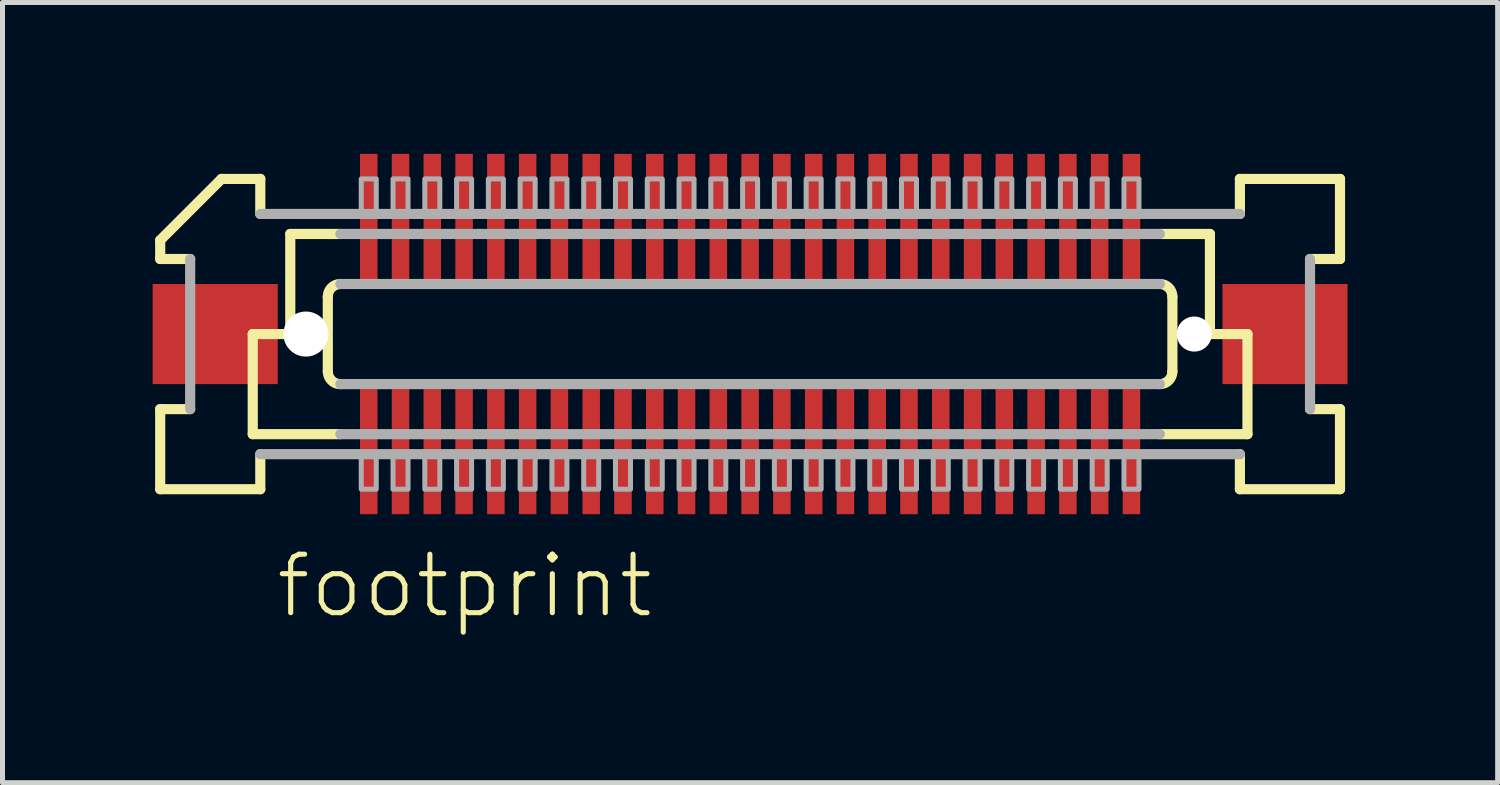
<source format=kicad_pcb>
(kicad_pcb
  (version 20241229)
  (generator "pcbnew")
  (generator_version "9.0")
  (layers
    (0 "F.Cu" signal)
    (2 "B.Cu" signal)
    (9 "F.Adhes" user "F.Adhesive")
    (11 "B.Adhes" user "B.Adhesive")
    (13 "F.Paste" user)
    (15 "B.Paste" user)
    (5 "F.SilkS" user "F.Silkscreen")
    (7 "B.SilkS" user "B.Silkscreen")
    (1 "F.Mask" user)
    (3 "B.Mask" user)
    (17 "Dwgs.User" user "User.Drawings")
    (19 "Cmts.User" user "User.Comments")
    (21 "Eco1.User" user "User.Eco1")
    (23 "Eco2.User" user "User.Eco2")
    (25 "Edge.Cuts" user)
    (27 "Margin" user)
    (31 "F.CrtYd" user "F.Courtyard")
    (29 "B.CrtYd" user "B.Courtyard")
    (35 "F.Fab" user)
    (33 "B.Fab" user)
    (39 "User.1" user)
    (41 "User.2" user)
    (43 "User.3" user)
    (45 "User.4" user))
  (footprint "footprint"
    (layer "F.Cu")
    (at 11.938 3.625)
    (property "Reference" "footprint" (at -9.525 5.715 0) (layer "F.SilkS") (effects (font (size 1.168 1.168) (thickness 0.102)) (justify left bottom)))
    (fp_poly (pts (xy -7.82 -1.075) (xy -7.42 -1.075) (xy -7.42 -3.625) (xy -7.82 -3.625)) (stroke (width 0) (type solid)) (fill yes) (layer "F.Mask"))
    (fp_poly (pts (xy -7.42 1.075) (xy -7.82 1.075) (xy -7.82 3.625) (xy -7.42 3.625)) (stroke (width 0) (type solid)) (fill yes) (layer "F.Mask"))
    (fp_poly (pts (xy -7.185 -1.075) (xy -6.785 -1.075) (xy -6.785 -3.625) (xy -7.185 -3.625)) (stroke (width 0) (type solid)) (fill yes) (layer "F.Mask"))
    (fp_poly (pts (xy -6.785 1.075) (xy -7.185 1.075) (xy -7.185 3.625) (xy -6.785 3.625)) (stroke (width 0) (type solid)) (fill yes) (layer "F.Mask"))
    (fp_poly (pts (xy -6.55 -1.075) (xy -6.15 -1.075) (xy -6.15 -3.625) (xy -6.55 -3.625)) (stroke (width 0) (type solid)) (fill yes) (layer "F.Mask"))
    (fp_poly (pts (xy -6.15 1.075) (xy -6.55 1.075) (xy -6.55 3.625) (xy -6.15 3.625)) (stroke (width 0) (type solid)) (fill yes) (layer "F.Mask"))
    (fp_poly (pts (xy -5.915 -1.075) (xy -5.515 -1.075) (xy -5.515 -3.625) (xy -5.915 -3.625)) (stroke (width 0) (type solid)) (fill yes) (layer "F.Mask"))
    (fp_poly (pts (xy -5.515 1.075) (xy -5.915 1.075) (xy -5.915 3.625) (xy -5.515 3.625)) (stroke (width 0) (type solid)) (fill yes) (layer "F.Mask"))
    (fp_poly (pts (xy -5.28 -1.075) (xy -4.88 -1.075) (xy -4.88 -3.625) (xy -5.28 -3.625)) (stroke (width 0) (type solid)) (fill yes) (layer "F.Mask"))
    (fp_poly (pts (xy -4.88 1.075) (xy -5.28 1.075) (xy -5.28 3.625) (xy -4.88 3.625)) (stroke (width 0) (type solid)) (fill yes) (layer "F.Mask"))
    (fp_poly (pts (xy -4.645 -1.075) (xy -4.245 -1.075) (xy -4.245 -3.625) (xy -4.645 -3.625)) (stroke (width 0) (type solid)) (fill yes) (layer "F.Mask"))
    (fp_poly (pts (xy -4.245 1.075) (xy -4.645 1.075) (xy -4.645 3.625) (xy -4.245 3.625)) (stroke (width 0) (type solid)) (fill yes) (layer "F.Mask"))
    (fp_poly (pts (xy -4.01 -1.075) (xy -3.61 -1.075) (xy -3.61 -3.625) (xy -4.01 -3.625)) (stroke (width 0) (type solid)) (fill yes) (layer "F.Mask"))
    (fp_poly (pts (xy -3.61 1.075) (xy -4.01 1.075) (xy -4.01 3.625) (xy -3.61 3.625)) (stroke (width 0) (type solid)) (fill yes) (layer "F.Mask"))
    (fp_poly (pts (xy -3.375 -1.075) (xy -2.975 -1.075) (xy -2.975 -3.625) (xy -3.375 -3.625)) (stroke (width 0) (type solid)) (fill yes) (layer "F.Mask"))
    (fp_poly (pts (xy -2.975 1.075) (xy -3.375 1.075) (xy -3.375 3.625) (xy -2.975 3.625)) (stroke (width 0) (type solid)) (fill yes) (layer "F.Mask"))
    (fp_poly (pts (xy -2.74 -1.075) (xy -2.34 -1.075) (xy -2.34 -3.625) (xy -2.74 -3.625)) (stroke (width 0) (type solid)) (fill yes) (layer "F.Mask"))
    (fp_poly (pts (xy -2.34 1.075) (xy -2.74 1.075) (xy -2.74 3.625) (xy -2.34 3.625)) (stroke (width 0) (type solid)) (fill yes) (layer "F.Mask"))
    (fp_poly (pts (xy -2.105 -1.075) (xy -1.705 -1.075) (xy -1.705 -3.625) (xy -2.105 -3.625)) (stroke (width 0) (type solid)) (fill yes) (layer "F.Mask"))
    (fp_poly (pts (xy -1.705 1.075) (xy -2.105 1.075) (xy -2.105 3.625) (xy -1.705 3.625)) (stroke (width 0) (type solid)) (fill yes) (layer "F.Mask"))
    (fp_poly (pts (xy -1.47 -1.075) (xy -1.07 -1.075) (xy -1.07 -3.625) (xy -1.47 -3.625)) (stroke (width 0) (type solid)) (fill yes) (layer "F.Mask"))
    (fp_poly (pts (xy -1.07 1.075) (xy -1.47 1.075) (xy -1.47 3.625) (xy -1.07 3.625)) (stroke (width 0) (type solid)) (fill yes) (layer "F.Mask"))
    (fp_poly (pts (xy -0.835 -1.075) (xy -0.435 -1.075) (xy -0.435 -3.625) (xy -0.835 -3.625)) (stroke (width 0) (type solid)) (fill yes) (layer "F.Mask"))
    (fp_poly (pts (xy -0.435 1.075) (xy -0.835 1.075) (xy -0.835 3.625) (xy -0.435 3.625)) (stroke (width 0) (type solid)) (fill yes) (layer "F.Mask"))
    (fp_poly (pts (xy -0.2 -1.075) (xy 0.2 -1.075) (xy 0.2 -3.625) (xy -0.2 -3.625)) (stroke (width 0) (type solid)) (fill yes) (layer "F.Mask"))
    (fp_poly (pts (xy 0.2 1.075) (xy -0.2 1.075) (xy -0.2 3.625) (xy 0.2 3.625)) (stroke (width 0) (type solid)) (fill yes) (layer "F.Mask"))
    (fp_poly (pts (xy 0.435 -1.075) (xy 0.835 -1.075) (xy 0.835 -3.625) (xy 0.435 -3.625)) (stroke (width 0) (type solid)) (fill yes) (layer "F.Mask"))
    (fp_poly (pts (xy 0.835 1.075) (xy 0.435 1.075) (xy 0.435 3.625) (xy 0.835 3.625)) (stroke (width 0) (type solid)) (fill yes) (layer "F.Mask"))
    (fp_poly (pts (xy 1.07 -1.075) (xy 1.47 -1.075) (xy 1.47 -3.625) (xy 1.07 -3.625)) (stroke (width 0) (type solid)) (fill yes) (layer "F.Mask"))
    (fp_poly (pts (xy 1.47 1.075) (xy 1.07 1.075) (xy 1.07 3.625) (xy 1.47 3.625)) (stroke (width 0) (type solid)) (fill yes) (layer "F.Mask"))
    (fp_poly (pts (xy 1.705 -1.075) (xy 2.105 -1.075) (xy 2.105 -3.625) (xy 1.705 -3.625)) (stroke (width 0) (type solid)) (fill yes) (layer "F.Mask"))
    (fp_poly (pts (xy 2.105 1.075) (xy 1.705 1.075) (xy 1.705 3.625) (xy 2.105 3.625)) (stroke (width 0) (type solid)) (fill yes) (layer "F.Mask"))
    (fp_poly (pts (xy 2.34 -1.075) (xy 2.74 -1.075) (xy 2.74 -3.625) (xy 2.34 -3.625)) (stroke (width 0) (type solid)) (fill yes) (layer "F.Mask"))
    (fp_poly (pts (xy 2.74 1.075) (xy 2.34 1.075) (xy 2.34 3.625) (xy 2.74 3.625)) (stroke (width 0) (type solid)) (fill yes) (layer "F.Mask"))
    (fp_poly (pts (xy 2.975 -1.075) (xy 3.375 -1.075) (xy 3.375 -3.625) (xy 2.975 -3.625)) (stroke (width 0) (type solid)) (fill yes) (layer "F.Mask"))
    (fp_poly (pts (xy 3.375 1.075) (xy 2.975 1.075) (xy 2.975 3.625) (xy 3.375 3.625)) (stroke (width 0) (type solid)) (fill yes) (layer "F.Mask"))
    (fp_poly (pts (xy 3.61 -1.075) (xy 4.01 -1.075) (xy 4.01 -3.625) (xy 3.61 -3.625)) (stroke (width 0) (type solid)) (fill yes) (layer "F.Mask"))
    (fp_poly (pts (xy 4.01 1.075) (xy 3.61 1.075) (xy 3.61 3.625) (xy 4.01 3.625)) (stroke (width 0) (type solid)) (fill yes) (layer "F.Mask"))
    (fp_poly (pts (xy 4.245 -1.075) (xy 4.645 -1.075) (xy 4.645 -3.625) (xy 4.245 -3.625)) (stroke (width 0) (type solid)) (fill yes) (layer "F.Mask"))
    (fp_poly (pts (xy 4.645 1.075) (xy 4.245 1.075) (xy 4.245 3.625) (xy 4.645 3.625)) (stroke (width 0) (type solid)) (fill yes) (layer "F.Mask"))
    (fp_poly (pts (xy 4.88 -1.075) (xy 5.28 -1.075) (xy 5.28 -3.625) (xy 4.88 -3.625)) (stroke (width 0) (type solid)) (fill yes) (layer "F.Mask"))
    (fp_poly (pts (xy 5.28 1.075) (xy 4.88 1.075) (xy 4.88 3.625) (xy 5.28 3.625)) (stroke (width 0) (type solid)) (fill yes) (layer "F.Mask"))
    (fp_poly (pts (xy 5.515 -1.075) (xy 5.915 -1.075) (xy 5.915 -3.625) (xy 5.515 -3.625)) (stroke (width 0) (type solid)) (fill yes) (layer "F.Mask"))
    (fp_poly (pts (xy 5.915 1.075) (xy 5.515 1.075) (xy 5.515 3.625) (xy 5.915 3.625)) (stroke (width 0) (type solid)) (fill yes) (layer "F.Mask"))
    (fp_poly (pts (xy 6.15 -1.075) (xy 6.55 -1.075) (xy 6.55 -3.625) (xy 6.15 -3.625)) (stroke (width 0) (type solid)) (fill yes) (layer "F.Mask"))
    (fp_poly (pts (xy 6.55 1.075) (xy 6.15 1.075) (xy 6.15 3.625) (xy 6.55 3.625)) (stroke (width 0) (type solid)) (fill yes) (layer "F.Mask"))
    (fp_poly (pts (xy 6.785 -1.075) (xy 7.185 -1.075) (xy 7.185 -3.625) (xy 6.785 -3.625)) (stroke (width 0) (type solid)) (fill yes) (layer "F.Mask"))
    (fp_poly (pts (xy 7.185 1.075) (xy 6.785 1.075) (xy 6.785 3.625) (xy 7.185 3.625)) (stroke (width 0) (type solid)) (fill yes) (layer "F.Mask"))
    (fp_poly (pts (xy 7.42 -1.075) (xy 7.82 -1.075) (xy 7.82 -3.625) (xy 7.42 -3.625)) (stroke (width 0) (type solid)) (fill yes) (layer "F.Mask"))
    (fp_poly (pts (xy 7.82 1.075) (xy 7.42 1.075) (xy 7.42 3.625) (xy 7.82 3.625)) (stroke (width 0) (type solid)) (fill yes) (layer "F.Mask"))
    (fp_line (start -11.787 -1.5) (end -11.787 -1.875) (stroke (width 0.203) (type solid)) (layer "F.SilkS"))
    (fp_line (start -11.787 1.5) (end -11.188 1.5) (stroke (width 0.203) (type solid)) (layer "F.SilkS"))
    (fp_line (start -11.787 3.1) (end -11.787 1.5) (stroke (width 0.203) (type solid)) (layer "F.SilkS"))
    (fp_line (start -11.188 -1.5) (end -11.787 -1.5) (stroke (width 0.203) (type solid)) (layer "F.SilkS"))
    (fp_line (start -10.562 -3.1) (end -11.787 -1.875) (stroke (width 0.203) (type solid)) (layer "F.SilkS"))
    (fp_line (start -10.562 -3.1) (end -9.787 -3.1) (stroke (width 0.203) (type solid)) (layer "F.SilkS"))
    (fp_line (start -9.938 0) (end -9.938 2) (stroke (width 0.203) (type solid)) (layer "F.SilkS"))
    (fp_line (start -9.938 2) (end -8.188 2) (stroke (width 0.203) (type solid)) (layer "F.SilkS"))
    (fp_line (start -9.787 -3.1) (end -9.787 -2.4) (stroke (width 0.203) (type solid)) (layer "F.SilkS"))
    (fp_line (start -9.787 2.4) (end -9.787 3.1) (stroke (width 0.203) (type solid)) (layer "F.SilkS"))
    (fp_line (start -9.787 3.1) (end -11.787 3.1) (stroke (width 0.203) (type solid)) (layer "F.SilkS"))
    (fp_line (start -9.188 -2) (end -9.188 0) (stroke (width 0.203) (type solid)) (layer "F.SilkS"))
    (fp_line (start -9.188 0) (end -9.938 0) (stroke (width 0.203) (type solid)) (layer "F.SilkS"))
    (fp_line (start -8.438 0.75) (end -8.438 -0.75) (stroke (width 0.203) (type solid)) (layer "F.SilkS"))
    (fp_line (start -8.188 -2) (end -9.188 -2) (stroke (width 0.203) (type solid)) (layer "F.SilkS"))
    (fp_line (start 8.188 2) (end 9.938 2) (stroke (width 0.203) (type solid)) (layer "F.SilkS"))
    (fp_line (start 8.438 -0.75) (end 8.438 0.75) (stroke (width 0.203) (type solid)) (layer "F.SilkS"))
    (fp_line (start 9.188 -2) (end 8.188 -2) (stroke (width 0.203) (type solid)) (layer "F.SilkS"))
    (fp_line (start 9.188 -2) (end 9.188 0) (stroke (width 0.203) (type solid)) (layer "F.SilkS"))
    (fp_line (start 9.787 -3.1) (end 11.787 -3.1) (stroke (width 0.203) (type solid)) (layer "F.SilkS"))
    (fp_line (start 9.787 -2.4) (end 9.787 -3.1) (stroke (width 0.203) (type solid)) (layer "F.SilkS"))
    (fp_line (start 9.787 3.1) (end 9.787 2.4) (stroke (width 0.203) (type solid)) (layer "F.SilkS"))
    (fp_line (start 9.938 0) (end 9.188 0) (stroke (width 0.203) (type solid)) (layer "F.SilkS"))
    (fp_line (start 9.938 0) (end 9.938 2) (stroke (width 0.203) (type solid)) (layer "F.SilkS"))
    (fp_line (start 11.188 1.5) (end 11.787 1.5) (stroke (width 0.203) (type solid)) (layer "F.SilkS"))
    (fp_line (start 11.787 -3.1) (end 11.787 -1.5) (stroke (width 0.203) (type solid)) (layer "F.SilkS"))
    (fp_line (start 11.787 -1.5) (end 11.188 -1.5) (stroke (width 0.203) (type solid)) (layer "F.SilkS"))
    (fp_line (start 11.787 1.5) (end 11.787 3.1) (stroke (width 0.203) (type solid)) (layer "F.SilkS"))
    (fp_line (start 11.787 3.1) (end 9.787 3.1) (stroke (width 0.203) (type solid)) (layer "F.SilkS"))
    (fp_arc (start -8.4375 -0.75) (mid -8.364277 -0.926777) (end -8.1875 -1) (stroke (width 0.2032) (type solid)) (layer "F.SilkS"))
    (fp_arc (start -8.1875 1) (mid -8.364277 0.926777) (end -8.4375 0.75) (stroke (width 0.2032) (type solid)) (layer "F.SilkS"))
    (fp_arc (start 8.1875 -1) (mid 8.364277 -0.926777) (end 8.4375 -0.75) (stroke (width 0.2032) (type solid)) (layer "F.SilkS"))
    (fp_arc (start 8.4375 0.75) (mid 8.364277 0.926777) (end 8.1875 1) (stroke (width 0.2032) (type solid)) (layer "F.SilkS"))
    (fp_line (start -11.188 1.5) (end -11.188 -1.5) (stroke (width 0.203) (type solid)) (layer "F.Fab"))
    (fp_line (start -9.787 -2.4) (end 9.787 -2.4) (stroke (width 0.203) (type solid)) (layer "F.Fab"))
    (fp_line (start -8.188 -1) (end 8.188 -1) (stroke (width 0.203) (type solid)) (layer "F.Fab"))
    (fp_line (start -8.188 2) (end 8.188 2) (stroke (width 0.203) (type solid)) (layer "F.Fab"))
    (fp_line (start 8.188 -2) (end -8.188 -2) (stroke (width 0.203) (type solid)) (layer "F.Fab"))
    (fp_line (start 8.188 1) (end -8.188 1) (stroke (width 0.203) (type solid)) (layer "F.Fab"))
    (fp_line (start 9.787 2.4) (end -9.787 2.4) (stroke (width 0.203) (type solid)) (layer "F.Fab"))
    (fp_line (start 11.188 -1.5) (end 11.188 1.5) (stroke (width 0.203) (type solid)) (layer "F.Fab"))
    (fp_poly (pts (xy -7.77 3.1) (xy -7.47 3.1) (xy -7.47 2.375) (xy -7.77 2.375)) (stroke (width 0.1) (type solid)) (fill no) (layer "F.Fab"))
    (fp_poly (pts (xy -7.47 -3.1) (xy -7.77 -3.1) (xy -7.77 -2.375) (xy -7.47 -2.375)) (stroke (width 0.1) (type solid)) (fill no) (layer "F.Fab"))
    (fp_poly (pts (xy -7.135 3.1) (xy -6.835 3.1) (xy -6.835 2.375) (xy -7.135 2.375)) (stroke (width 0.1) (type solid)) (fill no) (layer "F.Fab"))
    (fp_poly (pts (xy -6.835 -3.1) (xy -7.135 -3.1) (xy -7.135 -2.375) (xy -6.835 -2.375)) (stroke (width 0.1) (type solid)) (fill no) (layer "F.Fab"))
    (fp_poly (pts (xy -6.5 3.1) (xy -6.2 3.1) (xy -6.2 2.375) (xy -6.5 2.375)) (stroke (width 0.1) (type solid)) (fill no) (layer "F.Fab"))
    (fp_poly (pts (xy -6.2 -3.1) (xy -6.5 -3.1) (xy -6.5 -2.375) (xy -6.2 -2.375)) (stroke (width 0.1) (type solid)) (fill no) (layer "F.Fab"))
    (fp_poly (pts (xy -5.865 3.1) (xy -5.565 3.1) (xy -5.565 2.375) (xy -5.865 2.375)) (stroke (width 0.1) (type solid)) (fill no) (layer "F.Fab"))
    (fp_poly (pts (xy -5.565 -3.1) (xy -5.865 -3.1) (xy -5.865 -2.375) (xy -5.565 -2.375)) (stroke (width 0.1) (type solid)) (fill no) (layer "F.Fab"))
    (fp_poly (pts (xy -5.23 3.1) (xy -4.93 3.1) (xy -4.93 2.375) (xy -5.23 2.375)) (stroke (width 0.1) (type solid)) (fill no) (layer "F.Fab"))
    (fp_poly (pts (xy -4.93 -3.1) (xy -5.23 -3.1) (xy -5.23 -2.375) (xy -4.93 -2.375)) (stroke (width 0.1) (type solid)) (fill no) (layer "F.Fab"))
    (fp_poly (pts (xy -4.595 3.1) (xy -4.295 3.1) (xy -4.295 2.375) (xy -4.595 2.375)) (stroke (width 0.1) (type solid)) (fill no) (layer "F.Fab"))
    (fp_poly (pts (xy -4.295 -3.1) (xy -4.595 -3.1) (xy -4.595 -2.375) (xy -4.295 -2.375)) (stroke (width 0.1) (type solid)) (fill no) (layer "F.Fab"))
    (fp_poly (pts (xy -3.96 3.1) (xy -3.66 3.1) (xy -3.66 2.375) (xy -3.96 2.375)) (stroke (width 0.1) (type solid)) (fill no) (layer "F.Fab"))
    (fp_poly (pts (xy -3.66 -3.1) (xy -3.96 -3.1) (xy -3.96 -2.375) (xy -3.66 -2.375)) (stroke (width 0.1) (type solid)) (fill no) (layer "F.Fab"))
    (fp_poly (pts (xy -3.325 3.1) (xy -3.025 3.1) (xy -3.025 2.375) (xy -3.325 2.375)) (stroke (width 0.1) (type solid)) (fill no) (layer "F.Fab"))
    (fp_poly (pts (xy -3.025 -3.1) (xy -3.325 -3.1) (xy -3.325 -2.375) (xy -3.025 -2.375)) (stroke (width 0.1) (type solid)) (fill no) (layer "F.Fab"))
    (fp_poly (pts (xy -2.69 3.1) (xy -2.39 3.1) (xy -2.39 2.375) (xy -2.69 2.375)) (stroke (width 0.1) (type solid)) (fill no) (layer "F.Fab"))
    (fp_poly (pts (xy -2.39 -3.1) (xy -2.69 -3.1) (xy -2.69 -2.375) (xy -2.39 -2.375)) (stroke (width 0.1) (type solid)) (fill no) (layer "F.Fab"))
    (fp_poly (pts (xy -2.055 3.1) (xy -1.755 3.1) (xy -1.755 2.375) (xy -2.055 2.375)) (stroke (width 0.1) (type solid)) (fill no) (layer "F.Fab"))
    (fp_poly (pts (xy -1.755 -3.1) (xy -2.055 -3.1) (xy -2.055 -2.375) (xy -1.755 -2.375)) (stroke (width 0.1) (type solid)) (fill no) (layer "F.Fab"))
    (fp_poly (pts (xy -1.42 3.1) (xy -1.12 3.1) (xy -1.12 2.375) (xy -1.42 2.375)) (stroke (width 0.1) (type solid)) (fill no) (layer "F.Fab"))
    (fp_poly (pts (xy -1.12 -3.1) (xy -1.42 -3.1) (xy -1.42 -2.375) (xy -1.12 -2.375)) (stroke (width 0.1) (type solid)) (fill no) (layer "F.Fab"))
    (fp_poly (pts (xy -0.785 3.1) (xy -0.485 3.1) (xy -0.485 2.375) (xy -0.785 2.375)) (stroke (width 0.1) (type solid)) (fill no) (layer "F.Fab"))
    (fp_poly (pts (xy -0.485 -3.1) (xy -0.785 -3.1) (xy -0.785 -2.375) (xy -0.485 -2.375)) (stroke (width 0.1) (type solid)) (fill no) (layer "F.Fab"))
    (fp_poly (pts (xy -0.15 3.1) (xy 0.15 3.1) (xy 0.15 2.375) (xy -0.15 2.375)) (stroke (width 0.1) (type solid)) (fill no) (layer "F.Fab"))
    (fp_poly (pts (xy 0.15 -3.1) (xy -0.15 -3.1) (xy -0.15 -2.375) (xy 0.15 -2.375)) (stroke (width 0.1) (type solid)) (fill no) (layer "F.Fab"))
    (fp_poly (pts (xy 0.485 3.1) (xy 0.785 3.1) (xy 0.785 2.375) (xy 0.485 2.375)) (stroke (width 0.1) (type solid)) (fill no) (layer "F.Fab"))
    (fp_poly (pts (xy 0.785 -3.1) (xy 0.485 -3.1) (xy 0.485 -2.375) (xy 0.785 -2.375)) (stroke (width 0.1) (type solid)) (fill no) (layer "F.Fab"))
    (fp_poly (pts (xy 1.12 3.1) (xy 1.42 3.1) (xy 1.42 2.375) (xy 1.12 2.375)) (stroke (width 0.1) (type solid)) (fill no) (layer "F.Fab"))
    (fp_poly (pts (xy 1.42 -3.1) (xy 1.12 -3.1) (xy 1.12 -2.375) (xy 1.42 -2.375)) (stroke (width 0.1) (type solid)) (fill no) (layer "F.Fab"))
    (fp_poly (pts (xy 1.755 3.1) (xy 2.055 3.1) (xy 2.055 2.375) (xy 1.755 2.375)) (stroke (width 0.1) (type solid)) (fill no) (layer "F.Fab"))
    (fp_poly (pts (xy 2.055 -3.1) (xy 1.755 -3.1) (xy 1.755 -2.375) (xy 2.055 -2.375)) (stroke (width 0.1) (type solid)) (fill no) (layer "F.Fab"))
    (fp_poly (pts (xy 2.39 3.1) (xy 2.69 3.1) (xy 2.69 2.375) (xy 2.39 2.375)) (stroke (width 0.1) (type solid)) (fill no) (layer "F.Fab"))
    (fp_poly (pts (xy 2.69 -3.1) (xy 2.39 -3.1) (xy 2.39 -2.375) (xy 2.69 -2.375)) (stroke (width 0.1) (type solid)) (fill no) (layer "F.Fab"))
    (fp_poly (pts (xy 3.025 3.1) (xy 3.325 3.1) (xy 3.325 2.375) (xy 3.025 2.375)) (stroke (width 0.1) (type solid)) (fill no) (layer "F.Fab"))
    (fp_poly (pts (xy 3.325 -3.1) (xy 3.025 -3.1) (xy 3.025 -2.375) (xy 3.325 -2.375)) (stroke (width 0.1) (type solid)) (fill no) (layer "F.Fab"))
    (fp_poly (pts (xy 3.66 3.1) (xy 3.96 3.1) (xy 3.96 2.375) (xy 3.66 2.375)) (stroke (width 0.1) (type solid)) (fill no) (layer "F.Fab"))
    (fp_poly (pts (xy 3.96 -3.1) (xy 3.66 -3.1) (xy 3.66 -2.375) (xy 3.96 -2.375)) (stroke (width 0.1) (type solid)) (fill no) (layer "F.Fab"))
    (fp_poly (pts (xy 4.295 3.1) (xy 4.595 3.1) (xy 4.595 2.375) (xy 4.295 2.375)) (stroke (width 0.1) (type solid)) (fill no) (layer "F.Fab"))
    (fp_poly (pts (xy 4.595 -3.1) (xy 4.295 -3.1) (xy 4.295 -2.375) (xy 4.595 -2.375)) (stroke (width 0.1) (type solid)) (fill no) (layer "F.Fab"))
    (fp_poly (pts (xy 4.93 3.1) (xy 5.23 3.1) (xy 5.23 2.375) (xy 4.93 2.375)) (stroke (width 0.1) (type solid)) (fill no) (layer "F.Fab"))
    (fp_poly (pts (xy 5.23 -3.1) (xy 4.93 -3.1) (xy 4.93 -2.375) (xy 5.23 -2.375)) (stroke (width 0.1) (type solid)) (fill no) (layer "F.Fab"))
    (fp_poly (pts (xy 5.565 3.1) (xy 5.865 3.1) (xy 5.865 2.375) (xy 5.565 2.375)) (stroke (width 0.1) (type solid)) (fill no) (layer "F.Fab"))
    (fp_poly (pts (xy 5.865 -3.1) (xy 5.565 -3.1) (xy 5.565 -2.375) (xy 5.865 -2.375)) (stroke (width 0.1) (type solid)) (fill no) (layer "F.Fab"))
    (fp_poly (pts (xy 6.2 3.1) (xy 6.5 3.1) (xy 6.5 2.375) (xy 6.2 2.375)) (stroke (width 0.1) (type solid)) (fill no) (layer "F.Fab"))
    (fp_poly (pts (xy 6.5 -3.1) (xy 6.2 -3.1) (xy 6.2 -2.375) (xy 6.5 -2.375)) (stroke (width 0.1) (type solid)) (fill no) (layer "F.Fab"))
    (fp_poly (pts (xy 6.835 3.1) (xy 7.135 3.1) (xy 7.135 2.375) (xy 6.835 2.375)) (stroke (width 0.1) (type solid)) (fill no) (layer "F.Fab"))
    (fp_poly (pts (xy 7.135 -3.1) (xy 6.835 -3.1) (xy 6.835 -2.375) (xy 7.135 -2.375)) (stroke (width 0.1) (type solid)) (fill no) (layer "F.Fab"))
    (fp_poly (pts (xy 7.47 3.1) (xy 7.77 3.1) (xy 7.77 2.375) (xy 7.47 2.375)) (stroke (width 0.1) (type solid)) (fill no) (layer "F.Fab"))
    (fp_poly (pts (xy 7.77 -3.1) (xy 7.47 -3.1) (xy 7.47 -2.375) (xy 7.77 -2.375)) (stroke (width 0.1) (type solid)) (fill no) (layer "F.Fab"))
    (pad "" np_thru_hole circle (at -8.875 0) (size 0.9 0.9) (drill 0.9) (layers "*.Cu" "*.Mask"))
    (pad "" np_thru_hole circle (at 8.875 0) (size 0.7 0.7) (drill 0.7) (layers "*.Cu" "*.Mask"))
    (pad "1" smd rect (at -7.62 -2.35) (size 0.35 2.5) (layers "F.Cu" "F.Paste"))
    (pad "2" smd rect (at -7.62 2.35 180) (size 0.35 2.5) (layers "F.Cu" "F.Paste"))
    (pad "3" smd rect (at -6.985 -2.35) (size 0.35 2.5) (layers "F.Cu" "F.Paste"))
    (pad "4" smd rect (at -6.985 2.35 180) (size 0.35 2.5) (layers "F.Cu" "F.Paste"))
    (pad "5" smd rect (at -6.35 -2.35) (size 0.35 2.5) (layers "F.Cu" "F.Paste"))
    (pad "6" smd rect (at -6.35 2.35 180) (size 0.35 2.5) (layers "F.Cu" "F.Paste"))
    (pad "7" smd rect (at -5.715 -2.35) (size 0.35 2.5) (layers "F.Cu" "F.Paste"))
    (pad "8" smd rect (at -5.715 2.35 180) (size 0.35 2.5) (layers "F.Cu" "F.Paste"))
    (pad "9" smd rect (at -5.08 -2.35) (size 0.35 2.5) (layers "F.Cu" "F.Paste"))
    (pad "10" smd rect (at -5.08 2.35 180) (size 0.35 2.5) (layers "F.Cu" "F.Paste"))
    (pad "11" smd rect (at -4.445 -2.35) (size 0.35 2.5) (layers "F.Cu" "F.Paste"))
    (pad "12" smd rect (at -4.445 2.35 180) (size 0.35 2.5) (layers "F.Cu" "F.Paste"))
    (pad "13" smd rect (at -3.81 -2.35) (size 0.35 2.5) (layers "F.Cu" "F.Paste"))
    (pad "14" smd rect (at -3.81 2.35 180) (size 0.35 2.5) (layers "F.Cu" "F.Paste"))
    (pad "15" smd rect (at -3.175 -2.35) (size 0.35 2.5) (layers "F.Cu" "F.Paste"))
    (pad "16" smd rect (at -3.175 2.35 180) (size 0.35 2.5) (layers "F.Cu" "F.Paste"))
    (pad "17" smd rect (at -2.54 -2.35) (size 0.35 2.5) (layers "F.Cu" "F.Paste"))
    (pad "18" smd rect (at -2.54 2.35 180) (size 0.35 2.5) (layers "F.Cu" "F.Paste"))
    (pad "19" smd rect (at -1.905 -2.35) (size 0.35 2.5) (layers "F.Cu" "F.Paste"))
    (pad "20" smd rect (at -1.905 2.35 180) (size 0.35 2.5) (layers "F.Cu" "F.Paste"))
    (pad "21" smd rect (at -1.27 -2.35) (size 0.35 2.5) (layers "F.Cu" "F.Paste"))
    (pad "22" smd rect (at -1.27 2.35 180) (size 0.35 2.5) (layers "F.Cu" "F.Paste"))
    (pad "23" smd rect (at -0.635 -2.35) (size 0.35 2.5) (layers "F.Cu" "F.Paste"))
    (pad "24" smd rect (at -0.635 2.35 180) (size 0.35 2.5) (layers "F.Cu" "F.Paste"))
    (pad "25" smd rect (at 0 -2.35) (size 0.35 2.5) (layers "F.Cu" "F.Paste"))
    (pad "26" smd rect (at 0 2.35 180) (size 0.35 2.5) (layers "F.Cu" "F.Paste"))
    (pad "27" smd rect (at 0.635 -2.35) (size 0.35 2.5) (layers "F.Cu" "F.Paste"))
    (pad "28" smd rect (at 0.635 2.35 180) (size 0.35 2.5) (layers "F.Cu" "F.Paste"))
    (pad "29" smd rect (at 1.27 -2.35) (size 0.35 2.5) (layers "F.Cu" "F.Paste"))
    (pad "30" smd rect (at 1.27 2.35 180) (size 0.35 2.5) (layers "F.Cu" "F.Paste"))
    (pad "31" smd rect (at 1.905 -2.35) (size 0.35 2.5) (layers "F.Cu" "F.Paste"))
    (pad "32" smd rect (at 1.905 2.35 180) (size 0.35 2.5) (layers "F.Cu" "F.Paste"))
    (pad "33" smd rect (at 2.54 -2.35) (size 0.35 2.5) (layers "F.Cu" "F.Paste"))
    (pad "34" smd rect (at 2.54 2.35 180) (size 0.35 2.5) (layers "F.Cu" "F.Paste"))
    (pad "35" smd rect (at 3.175 -2.35) (size 0.35 2.5) (layers "F.Cu" "F.Paste"))
    (pad "36" smd rect (at 3.175 2.35 180) (size 0.35 2.5) (layers "F.Cu" "F.Paste"))
    (pad "37" smd rect (at 3.81 -2.35) (size 0.35 2.5) (layers "F.Cu" "F.Paste"))
    (pad "38" smd rect (at 3.81 2.35 180) (size 0.35 2.5) (layers "F.Cu" "F.Paste"))
    (pad "39" smd rect (at 4.445 -2.35) (size 0.35 2.5) (layers "F.Cu" "F.Paste"))
    (pad "40" smd rect (at 4.445 2.35 180) (size 0.35 2.5) (layers "F.Cu" "F.Paste"))
    (pad "41" smd rect (at 5.08 -2.35) (size 0.35 2.5) (layers "F.Cu" "F.Paste"))
    (pad "42" smd rect (at 5.08 2.35 180) (size 0.35 2.5) (layers "F.Cu" "F.Paste"))
    (pad "43" smd rect (at 5.715 -2.35) (size 0.35 2.5) (layers "F.Cu" "F.Paste"))
    (pad "44" smd rect (at 5.715 2.35 180) (size 0.35 2.5) (layers "F.Cu" "F.Paste"))
    (pad "45" smd rect (at 6.35 -2.35) (size 0.35 2.5) (layers "F.Cu" "F.Paste"))
    (pad "46" smd rect (at 6.35 2.35 180) (size 0.35 2.5) (layers "F.Cu" "F.Paste"))
    (pad "47" smd rect (at 6.985 -2.35) (size 0.35 2.5) (layers "F.Cu" "F.Paste"))
    (pad "48" smd rect (at 6.985 2.35 180) (size 0.35 2.5) (layers "F.Cu" "F.Paste"))
    (pad "49" smd rect (at 7.62 -2.35) (size 0.35 2.5) (layers "F.Cu" "F.Paste"))
    (pad "50" smd rect (at 7.62 2.35 180) (size 0.35 2.5) (layers "F.Cu" "F.Paste"))
    (pad "M1" smd rect (at -10.688 0) (size 2.5 2) (layers "F.Cu" "F.Mask" "F.Paste"))
    (pad "M2" smd rect (at 10.688 0 180) (size 2.5 2) (layers "F.Cu" "F.Mask" "F.Paste")))
  (gr_rect
    (start -3 -3)
    (end 26.875 12.59)
    (stroke (width 0.1) (type default))
    (fill no)
    (layer "Edge.Cuts")))
</source>
